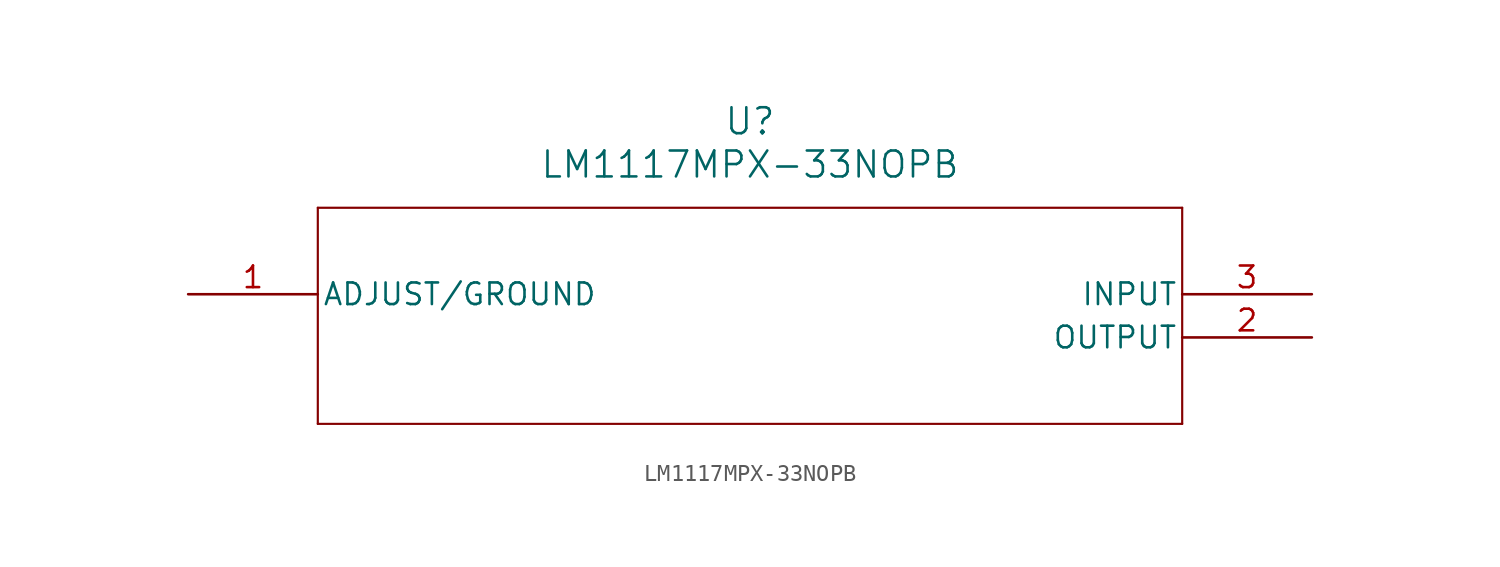
<source format=kicad_sym>
(kicad_symbol_lib
  (version 20211014)
  (generator kicad_symbol_editor)
  (symbol "LM1117MPX-33NOPB"
    (pin_names
      (offset 0.254))
    (property "Reference" "U"
      (at 33.02 10.16 0)
      (effects (font (size 1.524 1.524))))
    (property "Value" "LM1117MPX-33NOPB"
      (at 33.02 7.62 0)
      (effects (font (size 1.524 1.524))))
    (symbol "LM1117MPX-33NOPB_0_1"
      (polyline (pts (xy 7.62 5.08) (xy 7.62 -7.62)) (stroke (width 0.127) (type default) (color 0 0 0 0)) (fill (type none)))
      (polyline (pts (xy 7.62 -7.62) (xy 58.42 -7.62)) (stroke (width 0.127) (type default) (color 0 0 0 0)) (fill (type none)))
      (polyline (pts (xy 58.42 -7.62) (xy 58.42 5.08)) (stroke (width 0.127) (type default) (color 0 0 0 0)) (fill (type none)))
      (polyline (pts (xy 58.42 5.08) (xy 7.62 5.08)) (stroke (width 0.127) (type default) (color 0 0 0 0)) (fill (type none)))
      (pin unspecified line (at 0 0 0) (length 7.62) (name "ADJUST/GROUND" (effects (font (size 1.27 1.27)))) (number "1" (effects (font (size 1.27 1.27)))))
      (pin output line (at 66.04 -2.54 180) (length 7.62) (name "OUTPUT" (effects (font (size 1.27 1.27)))) (number "2" (effects (font (size 1.27 1.27)))))
      (pin input line (at 66.04 0 180) (length 7.62) (name "INPUT" (effects (font (size 1.27 1.27)))) (number "3" (effects (font (size 1.27 1.27))))))))
</source>
